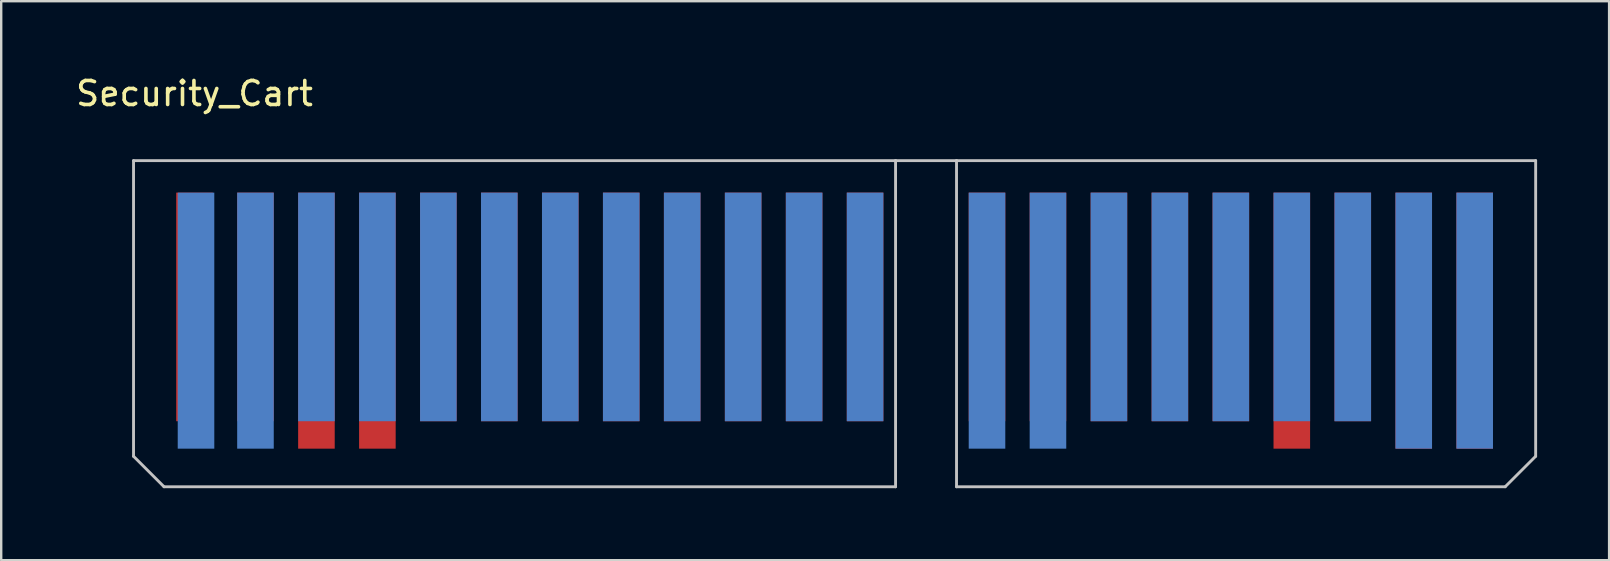
<source format=kicad_pcb>
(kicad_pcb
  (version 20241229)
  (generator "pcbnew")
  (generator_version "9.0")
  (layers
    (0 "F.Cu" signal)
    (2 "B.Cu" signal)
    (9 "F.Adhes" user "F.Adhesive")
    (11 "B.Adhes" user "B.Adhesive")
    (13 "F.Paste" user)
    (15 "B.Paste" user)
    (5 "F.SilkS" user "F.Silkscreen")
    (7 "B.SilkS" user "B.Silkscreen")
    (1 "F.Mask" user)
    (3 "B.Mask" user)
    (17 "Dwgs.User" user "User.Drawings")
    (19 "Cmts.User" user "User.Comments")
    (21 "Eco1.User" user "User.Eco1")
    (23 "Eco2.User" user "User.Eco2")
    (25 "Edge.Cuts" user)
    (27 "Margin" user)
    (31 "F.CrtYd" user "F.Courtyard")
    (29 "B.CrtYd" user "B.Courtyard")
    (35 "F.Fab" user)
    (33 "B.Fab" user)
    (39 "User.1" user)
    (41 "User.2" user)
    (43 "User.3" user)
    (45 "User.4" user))
  (footprint "Security_Cart"
    (layer "F.Cu")
    (at 31.724 9.738)
    (property "Reference" "Security_Cart" (at -26.67 -8.89 0) (layer "F.SilkS") (effects (font (size 1 1) (thickness 0.15))))
    (attr smd)
    (fp_line (start -29.21 6.223) (end -29.21 -6.096) (stroke (width 0.12) (type solid)) (layer "Dwgs.User"))
    (fp_line (start -29.21 6.223) (end -27.94 7.493) (stroke (width 0.12) (type solid)) (layer "Dwgs.User"))
    (fp_line (start -27.94 7.493) (end 2.54 7.493) (stroke (width 0.12) (type solid)) (layer "Dwgs.User"))
    (fp_line (start 2.54 -6.096) (end -29.21 -6.096) (stroke (width 0.12) (type solid)) (layer "Dwgs.User"))
    (fp_line (start 2.54 7.493) (end 2.54 -6.096) (stroke (width 0.12) (type solid)) (layer "Dwgs.User"))
    (fp_line (start 5.08 -6.096) (end 2.54 -6.096) (stroke (width 0.12) (type solid)) (layer "Dwgs.User"))
    (fp_line (start 5.08 7.493) (end 5.08 -6.096) (stroke (width 0.12) (type solid)) (layer "Dwgs.User"))
    (fp_line (start 5.08 7.493) (end 27.94 7.493) (stroke (width 0.12) (type solid)) (layer "Dwgs.User"))
    (fp_line (start 27.94 7.493) (end 29.21 6.223) (stroke (width 0.12) (type solid)) (layer "Dwgs.User"))
    (fp_line (start 29.21 -6.096) (end 5.08 -6.096) (stroke (width 0.12) (type solid)) (layer "Dwgs.User"))
    (fp_line (start 29.21 6.223) (end 29.21 -6.096) (stroke (width 0.12) (type solid)) (layer "Dwgs.User"))
    (pad "1" connect rect (at 26.67 0.572 270) (size 10.668 1.524) (layers "F.Mask" "B.Cu"))
    (pad "2" connect rect (at 24.13 0.572 270) (size 10.668 1.524) (layers "F.Mask" "B.Cu"))
    (pad "3" connect rect (at 21.59 0 270) (size 9.525 1.524) (layers "F.Mask" "B.Cu"))
    (pad "4" connect rect (at 19.05 0 270) (size 9.525 1.524) (layers "F.Mask" "B.Cu"))
    (pad "5" connect rect (at 16.51 0 270) (size 9.525 1.524) (layers "F.Mask" "B.Cu"))
    (pad "6" connect rect (at 13.97 0 270) (size 9.525 1.524) (layers "F.Mask" "B.Cu"))
    (pad "7" connect rect (at 11.43 0 270) (size 9.525 1.524) (layers "F.Mask" "B.Cu"))
    (pad "8" connect rect (at 8.89 0.572 270) (size 10.668 1.524) (layers "F.Mask" "B.Cu"))
    (pad "9" connect rect (at 6.35 0.572 270) (size 10.668 1.524) (layers "F.Mask" "B.Cu"))
    (pad "11" connect rect (at 1.27 0 270) (size 9.525 1.524) (layers "F.Mask" "B.Cu"))
    (pad "12" connect rect (at -1.27 0 270) (size 9.525 1.524) (layers "F.Mask" "B.Cu"))
    (pad "13" connect rect (at -3.81 0 270) (size 9.525 1.524) (layers "F.Mask" "B.Cu"))
    (pad "14" connect rect (at -6.35 0 270) (size 9.525 1.524) (layers "F.Mask" "B.Cu"))
    (pad "15" connect rect (at -8.89 0 270) (size 9.525 1.524) (layers "F.Mask" "B.Cu"))
    (pad "16" connect rect (at -11.43 0 270) (size 9.525 1.524) (layers "F.Mask" "B.Cu"))
    (pad "17" connect rect (at -13.97 0 270) (size 9.525 1.524) (layers "F.Mask" "B.Cu"))
    (pad "18" connect rect (at -16.51 0 270) (size 9.525 1.524) (layers "F.Mask" "B.Cu"))
    (pad "19" connect rect (at -19.05 0 270) (size 9.525 1.524) (layers "F.Mask" "B.Cu"))
    (pad "20" connect rect (at -21.59 0 270) (size 9.525 1.524) (layers "F.Mask" "B.Cu"))
    (pad "21" connect rect (at -24.13 0.572 270) (size 10.668 1.524) (layers "F.Mask" "B.Cu"))
    (pad "22" connect rect (at -26.607 0.572 270) (size 10.668 1.524) (layers "F.Mask" "B.Cu"))
    (pad "23" connect rect (at 26.67 0.572 90) (size 10.668 1.524) (layers "F.Cu" "F.Mask"))
    (pad "24" connect rect (at 24.13 0.572 90) (size 10.668 1.524) (layers "F.Cu" "F.Mask"))
    (pad "25" connect rect (at 21.59 0 90) (size 9.525 1.524) (layers "F.Cu" "F.Mask"))
    (pad "26" connect rect (at 19.05 0.572 90) (size 10.668 1.524) (layers "F.Cu" "F.Mask"))
    (pad "27" connect rect (at 16.51 0 90) (size 9.525 1.524) (layers "F.Cu" "F.Mask"))
    (pad "28" connect rect (at 13.97 0 90) (size 9.525 1.524) (layers "F.Cu" "F.Mask"))
    (pad "29" connect rect (at 11.43 0 90) (size 9.525 1.524) (layers "F.Cu" "F.Mask"))
    (pad "30" connect rect (at 8.89 0 90) (size 9.525 1.524) (layers "F.Cu" "F.Mask"))
    (pad "31" connect rect (at 6.35 0 90) (size 9.525 1.524) (layers "F.Cu" "F.Mask"))
    (pad "33" connect rect (at 1.27 0 90) (size 9.525 1.524) (layers "F.Cu" "F.Mask"))
    (pad "34" connect rect (at -1.27 0 90) (size 9.525 1.524) (layers "F.Cu" "F.Mask"))
    (pad "35" connect rect (at -3.81 0 90) (size 9.525 1.524) (layers "F.Cu" "F.Mask"))
    (pad "36" connect rect (at -6.35 0 90) (size 9.525 1.524) (layers "F.Cu" "F.Mask"))
    (pad "37" connect rect (at -8.89 0 90) (size 9.525 1.524) (layers "F.Cu" "F.Mask"))
    (pad "38" connect rect (at -11.43 0 90) (size 9.525 1.524) (layers "F.Cu" "F.Mask"))
    (pad "39" connect rect (at -13.97 0 90) (size 9.525 1.524) (layers "F.Cu" "F.Mask"))
    (pad "40" connect rect (at -16.51 0 90) (size 9.525 1.524) (layers "F.Cu" "F.Mask"))
    (pad "41" connect rect (at -19.05 0.572 90) (size 10.668 1.524) (layers "F.Cu" "F.Mask"))
    (pad "42" connect rect (at -21.59 0.572 90) (size 10.668 1.524) (layers "F.Cu" "F.Mask"))
    (pad "43" connect rect (at -24.13 0 90) (size 9.525 1.524) (layers "F.Cu" "F.Mask"))
    (pad "44" connect rect (at -26.67 0 90) (size 9.525 1.524) (layers "F.Cu" "F.Mask")))
  (gr_rect
    (start -3 -3)
    (end 63.994 20.291)
    (stroke (width 0.1) (type default))
    (fill no)
    (layer "Edge.Cuts")))
</source>
